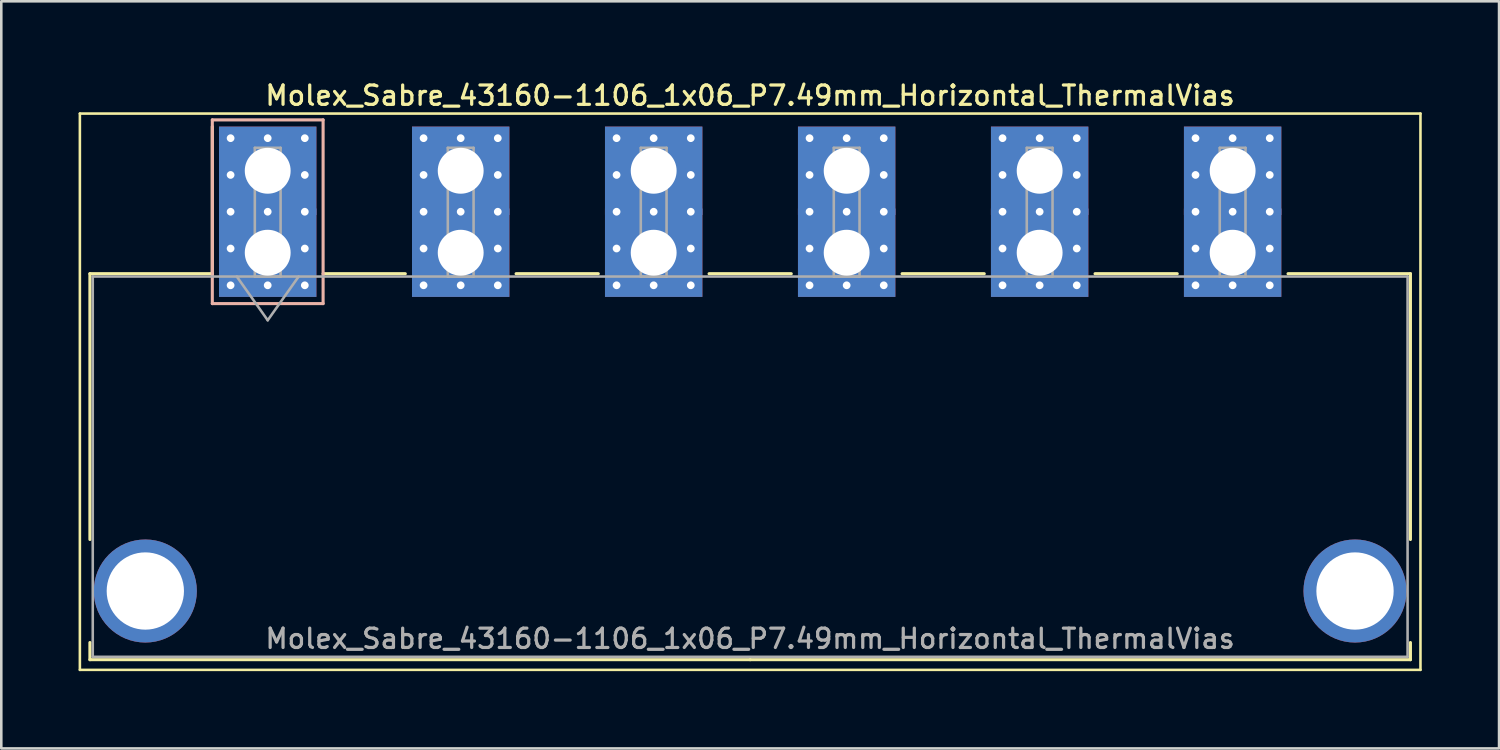
<source format=kicad_pcb>
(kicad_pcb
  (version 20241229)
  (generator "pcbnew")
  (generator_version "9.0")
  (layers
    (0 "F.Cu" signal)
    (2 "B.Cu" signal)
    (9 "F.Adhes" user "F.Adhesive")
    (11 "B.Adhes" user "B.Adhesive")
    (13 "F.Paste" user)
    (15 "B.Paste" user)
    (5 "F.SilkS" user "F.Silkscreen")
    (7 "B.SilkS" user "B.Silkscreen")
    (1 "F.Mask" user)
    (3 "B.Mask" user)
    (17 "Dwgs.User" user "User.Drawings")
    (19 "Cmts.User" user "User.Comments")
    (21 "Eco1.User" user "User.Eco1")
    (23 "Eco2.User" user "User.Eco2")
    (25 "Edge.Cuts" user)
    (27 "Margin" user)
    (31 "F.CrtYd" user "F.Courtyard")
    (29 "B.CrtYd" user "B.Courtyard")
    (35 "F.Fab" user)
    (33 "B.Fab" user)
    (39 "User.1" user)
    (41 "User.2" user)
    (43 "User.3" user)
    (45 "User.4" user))
  (footprint "Molex_Sabre_43160-1106_1x06_P7.49mm_Horizontal_ThermalVias"
    (layer "F.Cu")
    (at 7.34 6.758)
    (property "Reference" "Molex_Sabre_43160-1106_1x06_P7.49mm_Horizontal_ThermalVias" (at 18.72 -6.1 0) (layer "F.SilkS") (effects (font (size 0.75 0.75) (thickness 0.125))))
    (attr through_hole)
    (fp_line (start -7.29 -5.4) (end -7.29 16.19) (stroke (width 0.1) (type solid)) (layer "F.SilkS"))
    (fp_line (start -7.29 16.19) (end 44.74 16.19) (stroke (width 0.1) (type solid)) (layer "F.SilkS"))
    (fp_line (start -6.9 0.815) (end -6.9 11.13) (stroke (width 0.12) (type solid)) (layer "F.SilkS"))
    (fp_line (start -6.9 15.13) (end -6.9 15.795) (stroke (width 0.12) (type solid)) (layer "F.SilkS"))
    (fp_line (start -6.9 15.795) (end 18.725 15.795) (stroke (width 0.12) (type solid)) (layer "F.SilkS"))
    (fp_line (start -2.15 0.815) (end -6.9 0.815) (stroke (width 0.12) (type solid)) (layer "F.SilkS"))
    (fp_line (start -2.15 0.815) (end -2.15 -4.895) (stroke (width 0.12) (type solid)) (layer "F.SilkS"))
    (fp_line (start 2.15 0.815) (end 5.34 0.815) (stroke (width 0.12) (type solid)) (layer "F.SilkS"))
    (fp_line (start 9.64 0.815) (end 12.83 0.815) (stroke (width 0.12) (type solid)) (layer "F.SilkS"))
    (fp_line (start 17.13 0.815) (end 20.32 0.815) (stroke (width 0.12) (type solid)) (layer "F.SilkS"))
    (fp_line (start 24.62 0.815) (end 27.81 0.815) (stroke (width 0.12) (type solid)) (layer "F.SilkS"))
    (fp_line (start 32.11 0.815) (end 35.3 0.815) (stroke (width 0.12) (type solid)) (layer "F.SilkS"))
    (fp_line (start 39.6 0.815) (end 44.35 0.815) (stroke (width 0.12) (type solid)) (layer "F.SilkS"))
    (fp_line (start 44.35 0.815) (end 44.35 11.13) (stroke (width 0.12) (type solid)) (layer "F.SilkS"))
    (fp_line (start 44.35 15.13) (end 44.35 15.795) (stroke (width 0.12) (type solid)) (layer "F.SilkS"))
    (fp_line (start 44.35 15.795) (end 18.725 15.795) (stroke (width 0.12) (type solid)) (layer "F.SilkS"))
    (fp_line (start 44.74 -5.4) (end -7.29 -5.4) (stroke (width 0.1) (type solid)) (layer "F.SilkS"))
    (fp_line (start 44.74 16.19) (end 44.74 -5.4) (stroke (width 0.1) (type solid)) (layer "F.SilkS"))
    (fp_line (start -2.15 -5.155) (end -2.15 1.975) (stroke (width 0.12) (type solid)) (layer "B.SilkS"))
    (fp_line (start -2.15 1.975) (end 2.15 1.975) (stroke (width 0.12) (type solid)) (layer "B.SilkS"))
    (fp_line (start 2.15 -5.155) (end -2.15 -5.155) (stroke (width 0.12) (type solid)) (layer "B.SilkS"))
    (fp_line (start 2.15 1.975) (end 2.15 -5.155) (stroke (width 0.12) (type solid)) (layer "B.SilkS"))
    (fp_line (start -6.79 0.925) (end -6.79 15.685) (stroke (width 0.1) (type solid)) (layer "F.Fab"))
    (fp_line (start -6.79 15.685) (end 44.24 15.685) (stroke (width 0.1) (type solid)) (layer "F.Fab"))
    (fp_line (start -1.2 0.925) (end 0 2.622) (stroke (width 0.1) (type solid)) (layer "F.Fab"))
    (fp_line (start -0.5 -4.07) (end 0.5 -4.07) (stroke (width 0.1) (type solid)) (layer "F.Fab"))
    (fp_line (start -0.5 0.925) (end -0.5 -4.07) (stroke (width 0.1) (type solid)) (layer "F.Fab"))
    (fp_line (start 0 2.622) (end 1.2 0.925) (stroke (width 0.1) (type solid)) (layer "F.Fab"))
    (fp_line (start 0.5 -4.07) (end 0.5 0.925) (stroke (width 0.1) (type solid)) (layer "F.Fab"))
    (fp_line (start 0.5 0.925) (end -0.5 0.925) (stroke (width 0.1) (type solid)) (layer "F.Fab"))
    (fp_line (start 6.99 -4.07) (end 7.99 -4.07) (stroke (width 0.1) (type solid)) (layer "F.Fab"))
    (fp_line (start 6.99 0.925) (end 6.99 -4.07) (stroke (width 0.1) (type solid)) (layer "F.Fab"))
    (fp_line (start 7.99 -4.07) (end 7.99 0.925) (stroke (width 0.1) (type solid)) (layer "F.Fab"))
    (fp_line (start 7.99 0.925) (end 6.99 0.925) (stroke (width 0.1) (type solid)) (layer "F.Fab"))
    (fp_line (start 14.48 -4.07) (end 15.48 -4.07) (stroke (width 0.1) (type solid)) (layer "F.Fab"))
    (fp_line (start 14.48 0.925) (end 14.48 -4.07) (stroke (width 0.1) (type solid)) (layer "F.Fab"))
    (fp_line (start 15.48 -4.07) (end 15.48 0.925) (stroke (width 0.1) (type solid)) (layer "F.Fab"))
    (fp_line (start 15.48 0.925) (end 14.48 0.925) (stroke (width 0.1) (type solid)) (layer "F.Fab"))
    (fp_line (start 21.97 -4.07) (end 22.97 -4.07) (stroke (width 0.1) (type solid)) (layer "F.Fab"))
    (fp_line (start 21.97 0.925) (end 21.97 -4.07) (stroke (width 0.1) (type solid)) (layer "F.Fab"))
    (fp_line (start 22.97 -4.07) (end 22.97 0.925) (stroke (width 0.1) (type solid)) (layer "F.Fab"))
    (fp_line (start 22.97 0.925) (end 21.97 0.925) (stroke (width 0.1) (type solid)) (layer "F.Fab"))
    (fp_line (start 29.46 -4.07) (end 30.46 -4.07) (stroke (width 0.1) (type solid)) (layer "F.Fab"))
    (fp_line (start 29.46 0.925) (end 29.46 -4.07) (stroke (width 0.1) (type solid)) (layer "F.Fab"))
    (fp_line (start 30.46 -4.07) (end 30.46 0.925) (stroke (width 0.1) (type solid)) (layer "F.Fab"))
    (fp_line (start 30.46 0.925) (end 29.46 0.925) (stroke (width 0.1) (type solid)) (layer "F.Fab"))
    (fp_line (start 36.95 -4.07) (end 37.95 -4.07) (stroke (width 0.1) (type solid)) (layer "F.Fab"))
    (fp_line (start 36.95 0.925) (end 36.95 -4.07) (stroke (width 0.1) (type solid)) (layer "F.Fab"))
    (fp_line (start 37.95 -4.07) (end 37.95 0.925) (stroke (width 0.1) (type solid)) (layer "F.Fab"))
    (fp_line (start 37.95 0.925) (end 36.95 0.925) (stroke (width 0.1) (type solid)) (layer "F.Fab"))
    (fp_line (start 44.24 0.925) (end -6.79 0.925) (stroke (width 0.1) (type solid)) (layer "F.Fab"))
    (fp_line (start 44.24 15.685) (end 44.24 0.925) (stroke (width 0.1) (type solid)) (layer "F.Fab"))
    (fp_text user "${REFERENCE}" (at 18.72 14.98 0) (layer "F.Fab") (effects (font (size 0.75 0.75) (thickness 0.125))))
    (pad "" thru_hole circle (at -4.75 13.13) (size 4 4) (drill 3) (layers "*.Cu" "*.Mask"))
    (pad "" thru_hole circle (at 42.2 13.13) (size 4 4) (drill 3) (layers "*.Cu" "*.Mask"))
    (pad "1" thru_hole rect (at -1.44 -4.445) (size 0.6 0.6) (drill 0.3) (layers "*.Cu" "*.Mask"))
    (pad "1" thru_hole rect (at -1.44 -3.018) (size 0.6 0.6) (drill 0.3) (layers "*.Cu" "*.Mask"))
    (pad "1" thru_hole rect (at -1.44 -1.59) (size 0.6 0.6) (drill 0.3) (layers "*.Cu" "*.Mask"))
    (pad "1" thru_hole rect (at -1.44 -0.163) (size 0.6 0.6) (drill 0.3) (layers "*.Cu" "*.Mask"))
    (pad "1" thru_hole rect (at -1.44 1.265) (size 0.6 0.6) (drill 0.3) (layers "*.Cu" "*.Mask"))
    (pad "1" thru_hole rect (at 0 -4.445) (size 0.6 0.6) (drill 0.3) (layers "*.Cu" "*.Mask"))
    (pad "1" thru_hole rect (at 0 -3.18) (size 3.78 3.43) (drill 1.78) (layers "*.Cu" "*.Mask"))
    (pad "1" thru_hole rect (at 0 -1.59) (size 0.6 0.6) (drill 0.3) (layers "*.Cu" "*.Mask"))
    (pad "1" thru_hole rect (at 0 0) (size 3.78 3.43) (drill 1.78) (layers "*.Cu" "*.Mask"))
    (pad "1" thru_hole rect (at 0 1.265) (size 0.6 0.6) (drill 0.3) (layers "*.Cu" "*.Mask"))
    (pad "1" thru_hole rect (at 1.44 -4.445) (size 0.6 0.6) (drill 0.3) (layers "*.Cu" "*.Mask"))
    (pad "1" thru_hole rect (at 1.44 -3.018) (size 0.6 0.6) (drill 0.3) (layers "*.Cu" "*.Mask"))
    (pad "1" thru_hole rect (at 1.44 -1.59) (size 0.6 0.6) (drill 0.3) (layers "*.Cu" "*.Mask"))
    (pad "1" thru_hole rect (at 1.44 -0.163) (size 0.6 0.6) (drill 0.3) (layers "*.Cu" "*.Mask"))
    (pad "1" thru_hole rect (at 1.44 1.265) (size 0.6 0.6) (drill 0.3) (layers "*.Cu" "*.Mask"))
    (pad "2" thru_hole circle (at 6.05 -4.445) (size 0.6 0.6) (drill 0.3) (layers "*.Cu" "*.Mask"))
    (pad "2" thru_hole circle (at 6.05 -3.018) (size 0.6 0.6) (drill 0.3) (layers "*.Cu" "*.Mask"))
    (pad "2" thru_hole circle (at 6.05 -1.59) (size 0.6 0.6) (drill 0.3) (layers "*.Cu" "*.Mask"))
    (pad "2" thru_hole circle (at 6.05 -0.163) (size 0.6 0.6) (drill 0.3) (layers "*.Cu" "*.Mask"))
    (pad "2" thru_hole circle (at 6.05 1.265) (size 0.6 0.6) (drill 0.3) (layers "*.Cu" "*.Mask"))
    (pad "2" thru_hole circle (at 7.49 -4.445) (size 0.6 0.6) (drill 0.3) (layers "*.Cu" "*.Mask"))
    (pad "2" thru_hole rect (at 7.49 -3.18) (size 3.78 3.43) (drill 1.78) (layers "*.Cu" "*.Mask"))
    (pad "2" thru_hole circle (at 7.49 -1.59) (size 0.6 0.6) (drill 0.3) (layers "*.Cu" "*.Mask"))
    (pad "2" thru_hole rect (at 7.49 0) (size 3.78 3.43) (drill 1.78) (layers "*.Cu" "*.Mask"))
    (pad "2" thru_hole circle (at 7.49 1.265) (size 0.6 0.6) (drill 0.3) (layers "*.Cu" "*.Mask"))
    (pad "2" thru_hole circle (at 8.93 -4.445) (size 0.6 0.6) (drill 0.3) (layers "*.Cu" "*.Mask"))
    (pad "2" thru_hole circle (at 8.93 -3.018) (size 0.6 0.6) (drill 0.3) (layers "*.Cu" "*.Mask"))
    (pad "2" thru_hole circle (at 8.93 -1.59) (size 0.6 0.6) (drill 0.3) (layers "*.Cu" "*.Mask"))
    (pad "2" thru_hole circle (at 8.93 -0.163) (size 0.6 0.6) (drill 0.3) (layers "*.Cu" "*.Mask"))
    (pad "2" thru_hole circle (at 8.93 1.265) (size 0.6 0.6) (drill 0.3) (layers "*.Cu" "*.Mask"))
    (pad "3" thru_hole circle (at 13.54 -4.445) (size 0.6 0.6) (drill 0.3) (layers "*.Cu" "*.Mask"))
    (pad "3" thru_hole circle (at 13.54 -3.018) (size 0.6 0.6) (drill 0.3) (layers "*.Cu" "*.Mask"))
    (pad "3" thru_hole circle (at 13.54 -1.59) (size 0.6 0.6) (drill 0.3) (layers "*.Cu" "*.Mask"))
    (pad "3" thru_hole circle (at 13.54 -0.163) (size 0.6 0.6) (drill 0.3) (layers "*.Cu" "*.Mask"))
    (pad "3" thru_hole circle (at 13.54 1.265) (size 0.6 0.6) (drill 0.3) (layers "*.Cu" "*.Mask"))
    (pad "3" thru_hole circle (at 14.98 -4.445) (size 0.6 0.6) (drill 0.3) (layers "*.Cu" "*.Mask"))
    (pad "3" thru_hole rect (at 14.98 -3.18) (size 3.78 3.43) (drill 1.78) (layers "*.Cu" "*.Mask"))
    (pad "3" thru_hole circle (at 14.98 -1.59) (size 0.6 0.6) (drill 0.3) (layers "*.Cu" "*.Mask"))
    (pad "3" thru_hole rect (at 14.98 0) (size 3.78 3.43) (drill 1.78) (layers "*.Cu" "*.Mask"))
    (pad "3" thru_hole circle (at 14.98 1.265) (size 0.6 0.6) (drill 0.3) (layers "*.Cu" "*.Mask"))
    (pad "3" thru_hole circle (at 16.42 -4.445) (size 0.6 0.6) (drill 0.3) (layers "*.Cu" "*.Mask"))
    (pad "3" thru_hole circle (at 16.42 -3.018) (size 0.6 0.6) (drill 0.3) (layers "*.Cu" "*.Mask"))
    (pad "3" thru_hole circle (at 16.42 -1.59) (size 0.6 0.6) (drill 0.3) (layers "*.Cu" "*.Mask"))
    (pad "3" thru_hole circle (at 16.42 -0.163) (size 0.6 0.6) (drill 0.3) (layers "*.Cu" "*.Mask"))
    (pad "3" thru_hole circle (at 16.42 1.265) (size 0.6 0.6) (drill 0.3) (layers "*.Cu" "*.Mask"))
    (pad "4" thru_hole circle (at 21.03 -4.445) (size 0.6 0.6) (drill 0.3) (layers "*.Cu" "*.Mask"))
    (pad "4" thru_hole circle (at 21.03 -3.018) (size 0.6 0.6) (drill 0.3) (layers "*.Cu" "*.Mask"))
    (pad "4" thru_hole circle (at 21.03 -1.59) (size 0.6 0.6) (drill 0.3) (layers "*.Cu" "*.Mask"))
    (pad "4" thru_hole circle (at 21.03 -0.163) (size 0.6 0.6) (drill 0.3) (layers "*.Cu" "*.Mask"))
    (pad "4" thru_hole circle (at 21.03 1.265) (size 0.6 0.6) (drill 0.3) (layers "*.Cu" "*.Mask"))
    (pad "4" thru_hole circle (at 22.47 -4.445) (size 0.6 0.6) (drill 0.3) (layers "*.Cu" "*.Mask"))
    (pad "4" thru_hole rect (at 22.47 -3.18) (size 3.78 3.43) (drill 1.78) (layers "*.Cu" "*.Mask"))
    (pad "4" thru_hole circle (at 22.47 -1.59) (size 0.6 0.6) (drill 0.3) (layers "*.Cu" "*.Mask"))
    (pad "4" thru_hole rect (at 22.47 0) (size 3.78 3.43) (drill 1.78) (layers "*.Cu" "*.Mask"))
    (pad "4" thru_hole circle (at 22.47 1.265) (size 0.6 0.6) (drill 0.3) (layers "*.Cu" "*.Mask"))
    (pad "4" thru_hole circle (at 23.91 -4.445) (size 0.6 0.6) (drill 0.3) (layers "*.Cu" "*.Mask"))
    (pad "4" thru_hole circle (at 23.91 -3.018) (size 0.6 0.6) (drill 0.3) (layers "*.Cu" "*.Mask"))
    (pad "4" thru_hole circle (at 23.91 -1.59) (size 0.6 0.6) (drill 0.3) (layers "*.Cu" "*.Mask"))
    (pad "4" thru_hole circle (at 23.91 -0.163) (size 0.6 0.6) (drill 0.3) (layers "*.Cu" "*.Mask"))
    (pad "4" thru_hole circle (at 23.91 1.265) (size 0.6 0.6) (drill 0.3) (layers "*.Cu" "*.Mask"))
    (pad "5" thru_hole circle (at 28.52 -4.445) (size 0.6 0.6) (drill 0.3) (layers "*.Cu" "*.Mask"))
    (pad "5" thru_hole circle (at 28.52 -3.018) (size 0.6 0.6) (drill 0.3) (layers "*.Cu" "*.Mask"))
    (pad "5" thru_hole circle (at 28.52 -1.59) (size 0.6 0.6) (drill 0.3) (layers "*.Cu" "*.Mask"))
    (pad "5" thru_hole circle (at 28.52 -0.163) (size 0.6 0.6) (drill 0.3) (layers "*.Cu" "*.Mask"))
    (pad "5" thru_hole circle (at 28.52 1.265) (size 0.6 0.6) (drill 0.3) (layers "*.Cu" "*.Mask"))
    (pad "5" thru_hole circle (at 29.96 -4.445) (size 0.6 0.6) (drill 0.3) (layers "*.Cu" "*.Mask"))
    (pad "5" thru_hole rect (at 29.96 -3.18) (size 3.78 3.43) (drill 1.78) (layers "*.Cu" "*.Mask"))
    (pad "5" thru_hole circle (at 29.96 -1.59) (size 0.6 0.6) (drill 0.3) (layers "*.Cu" "*.Mask"))
    (pad "5" thru_hole rect (at 29.96 0) (size 3.78 3.43) (drill 1.78) (layers "*.Cu" "*.Mask"))
    (pad "5" thru_hole circle (at 29.96 1.265) (size 0.6 0.6) (drill 0.3) (layers "*.Cu" "*.Mask"))
    (pad "5" thru_hole circle (at 31.4 -4.445) (size 0.6 0.6) (drill 0.3) (layers "*.Cu" "*.Mask"))
    (pad "5" thru_hole circle (at 31.4 -3.018) (size 0.6 0.6) (drill 0.3) (layers "*.Cu" "*.Mask"))
    (pad "5" thru_hole circle (at 31.4 -1.59) (size 0.6 0.6) (drill 0.3) (layers "*.Cu" "*.Mask"))
    (pad "5" thru_hole circle (at 31.4 -0.163) (size 0.6 0.6) (drill 0.3) (layers "*.Cu" "*.Mask"))
    (pad "5" thru_hole circle (at 31.4 1.265) (size 0.6 0.6) (drill 0.3) (layers "*.Cu" "*.Mask"))
    (pad "6" thru_hole circle (at 36.01 -4.445) (size 0.6 0.6) (drill 0.3) (layers "*.Cu" "*.Mask"))
    (pad "6" thru_hole circle (at 36.01 -3.018) (size 0.6 0.6) (drill 0.3) (layers "*.Cu" "*.Mask"))
    (pad "6" thru_hole circle (at 36.01 -1.59) (size 0.6 0.6) (drill 0.3) (layers "*.Cu" "*.Mask"))
    (pad "6" thru_hole circle (at 36.01 -0.163) (size 0.6 0.6) (drill 0.3) (layers "*.Cu" "*.Mask"))
    (pad "6" thru_hole circle (at 36.01 1.265) (size 0.6 0.6) (drill 0.3) (layers "*.Cu" "*.Mask"))
    (pad "6" thru_hole circle (at 37.45 -4.445) (size 0.6 0.6) (drill 0.3) (layers "*.Cu" "*.Mask"))
    (pad "6" thru_hole rect (at 37.45 -3.18) (size 3.78 3.43) (drill 1.78) (layers "*.Cu" "*.Mask"))
    (pad "6" thru_hole circle (at 37.45 -1.59) (size 0.6 0.6) (drill 0.3) (layers "*.Cu" "*.Mask"))
    (pad "6" thru_hole rect (at 37.45 0) (size 3.78 3.43) (drill 1.78) (layers "*.Cu" "*.Mask"))
    (pad "6" thru_hole circle (at 37.45 1.265) (size 0.6 0.6) (drill 0.3) (layers "*.Cu" "*.Mask"))
    (pad "6" thru_hole circle (at 38.89 -4.445) (size 0.6 0.6) (drill 0.3) (layers "*.Cu" "*.Mask"))
    (pad "6" thru_hole circle (at 38.89 -3.018) (size 0.6 0.6) (drill 0.3) (layers "*.Cu" "*.Mask"))
    (pad "6" thru_hole circle (at 38.89 -1.59) (size 0.6 0.6) (drill 0.3) (layers "*.Cu" "*.Mask"))
    (pad "6" thru_hole circle (at 38.89 -0.163) (size 0.6 0.6) (drill 0.3) (layers "*.Cu" "*.Mask"))
    (pad "6" thru_hole circle (at 38.89 1.265) (size 0.6 0.6) (drill 0.3) (layers "*.Cu" "*.Mask")))
  (gr_rect
    (start -3 -3)
    (end 55.13 25.998)
    (stroke (width 0.1) (type default))
    (fill no)
    (layer "Edge.Cuts")))
</source>
